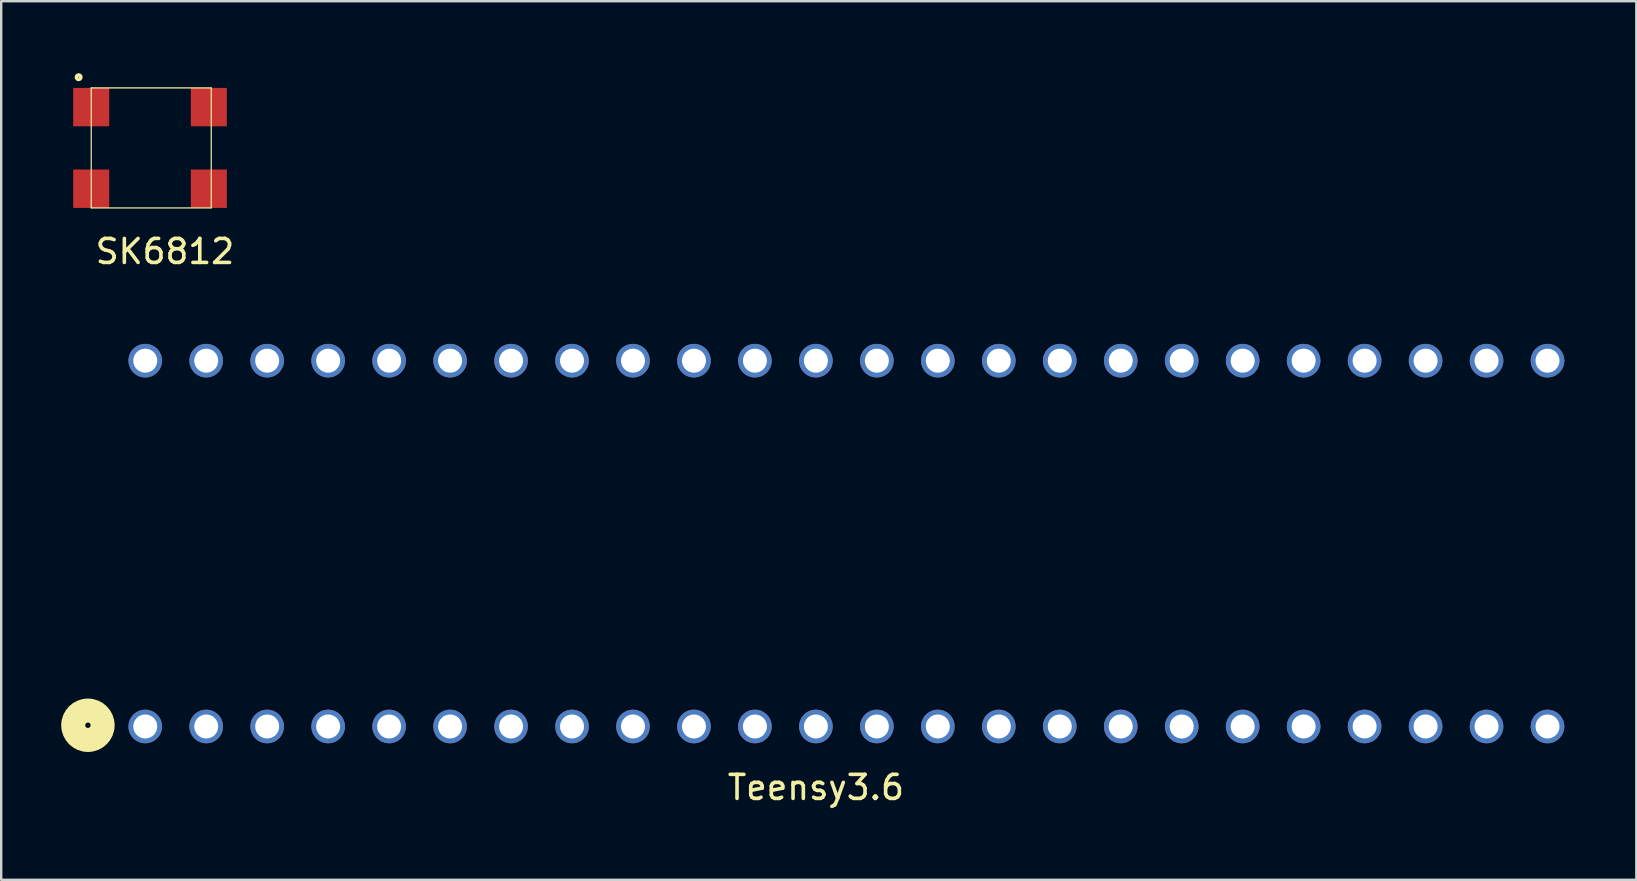
<source format=kicad_pcb>
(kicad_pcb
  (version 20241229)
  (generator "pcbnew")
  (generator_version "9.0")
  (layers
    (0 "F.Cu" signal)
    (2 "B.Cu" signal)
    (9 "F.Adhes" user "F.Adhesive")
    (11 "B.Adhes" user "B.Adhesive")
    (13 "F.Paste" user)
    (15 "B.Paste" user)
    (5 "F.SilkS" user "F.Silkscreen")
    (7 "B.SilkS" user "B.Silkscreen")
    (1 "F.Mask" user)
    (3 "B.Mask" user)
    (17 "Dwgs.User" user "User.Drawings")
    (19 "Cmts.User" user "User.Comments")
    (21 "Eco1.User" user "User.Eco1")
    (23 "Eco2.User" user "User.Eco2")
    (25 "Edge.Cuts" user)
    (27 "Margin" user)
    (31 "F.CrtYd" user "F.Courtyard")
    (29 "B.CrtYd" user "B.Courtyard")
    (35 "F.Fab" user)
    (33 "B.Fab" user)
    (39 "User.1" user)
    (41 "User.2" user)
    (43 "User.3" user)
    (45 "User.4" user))
  (footprint "Teensy3.6"
    (layer "F.Cu")
    (at 13.161 27.216)
    (property "Reference" "Teensy3.6" (at 17.78 2.54 0) (layer "F.SilkS") (effects (font (size 1 1) (thickness 0.15))))
    (attr through_hole)
    (fp_circle (center -12.548 -0.051) (end -12.598 -0.152) (stroke (width 1) (type solid)) (fill no) (layer "F.SilkS"))
    (pad "1" thru_hole circle (at -10.16 0) (size 1.4 1.4) (drill 1) (layers "*.Cu" "*.Mask"))
    (pad "2" thru_hole circle (at -7.62 0) (size 1.4 1.4) (drill 1) (layers "*.Cu" "*.Mask"))
    (pad "3" thru_hole circle (at -5.08 0) (size 1.4 1.4) (drill 1) (layers "*.Cu" "*.Mask"))
    (pad "4" thru_hole circle (at -2.54 0) (size 1.4 1.4) (drill 1) (layers "*.Cu" "*.Mask"))
    (pad "5" thru_hole circle (at 0 0) (size 1.4 1.4) (drill 1) (layers "*.Cu" "*.Mask"))
    (pad "6" thru_hole circle (at 2.54 0) (size 1.4 1.4) (drill 1) (layers "*.Cu" "*.Mask"))
    (pad "7" thru_hole circle (at 5.08 0) (size 1.4 1.4) (drill 1) (layers "*.Cu" "*.Mask"))
    (pad "8" thru_hole circle (at 7.62 0) (size 1.4 1.4) (drill 1) (layers "*.Cu" "*.Mask"))
    (pad "9" thru_hole circle (at 10.16 0) (size 1.4 1.4) (drill 1) (layers "*.Cu" "*.Mask"))
    (pad "10" thru_hole circle (at 12.7 0) (size 1.4 1.4) (drill 1) (layers "*.Cu" "*.Mask"))
    (pad "11" thru_hole circle (at 15.24 0) (size 1.4 1.4) (drill 1) (layers "*.Cu" "*.Mask"))
    (pad "12" thru_hole circle (at 17.78 0) (size 1.4 1.4) (drill 1) (layers "*.Cu" "*.Mask"))
    (pad "13" thru_hole circle (at 20.32 0) (size 1.4 1.4) (drill 1) (layers "*.Cu" "*.Mask"))
    (pad "14" thru_hole circle (at 22.86 0) (size 1.4 1.4) (drill 1) (layers "*.Cu" "*.Mask"))
    (pad "15" thru_hole circle (at 25.4 0) (size 1.4 1.4) (drill 1) (layers "*.Cu" "*.Mask"))
    (pad "16" thru_hole circle (at 27.94 0) (size 1.4 1.4) (drill 1) (layers "*.Cu" "*.Mask"))
    (pad "17" thru_hole circle (at 30.48 0) (size 1.4 1.4) (drill 1) (layers "*.Cu" "*.Mask"))
    (pad "18" thru_hole circle (at 33.02 0) (size 1.4 1.4) (drill 1) (layers "*.Cu" "*.Mask"))
    (pad "19" thru_hole circle (at 35.56 0) (size 1.4 1.4) (drill 1) (layers "*.Cu" "*.Mask"))
    (pad "20" thru_hole circle (at 38.1 0) (size 1.4 1.4) (drill 1) (layers "*.Cu" "*.Mask"))
    (pad "21" thru_hole circle (at 40.64 0) (size 1.4 1.4) (drill 1) (layers "*.Cu" "*.Mask"))
    (pad "22" thru_hole circle (at 43.18 0) (size 1.4 1.4) (drill 1) (layers "*.Cu" "*.Mask"))
    (pad "23" thru_hole circle (at 45.72 0) (size 1.4 1.4) (drill 1) (layers "*.Cu" "*.Mask"))
    (pad "24" thru_hole circle (at 48.26 0) (size 1.4 1.4) (drill 1) (layers "*.Cu" "*.Mask"))
    (pad "25" thru_hole circle (at 48.26 -15.24) (size 1.4 1.4) (drill 1) (layers "*.Cu" "*.Mask"))
    (pad "26" thru_hole circle (at 45.72 -15.24) (size 1.4 1.4) (drill 1) (layers "*.Cu" "*.Mask"))
    (pad "27" thru_hole circle (at 43.18 -15.24) (size 1.4 1.4) (drill 1) (layers "*.Cu" "*.Mask"))
    (pad "28" thru_hole circle (at 40.64 -15.24) (size 1.4 1.4) (drill 1) (layers "*.Cu" "*.Mask"))
    (pad "29" thru_hole circle (at 38.1 -15.24) (size 1.4 1.4) (drill 1) (layers "*.Cu" "*.Mask"))
    (pad "30" thru_hole circle (at 35.56 -15.24) (size 1.4 1.4) (drill 1) (layers "*.Cu" "*.Mask"))
    (pad "31" thru_hole circle (at 33.02 -15.24) (size 1.4 1.4) (drill 1) (layers "*.Cu" "*.Mask"))
    (pad "32" thru_hole circle (at 30.48 -15.24) (size 1.4 1.4) (drill 1) (layers "*.Cu" "*.Mask"))
    (pad "33" thru_hole circle (at 27.94 -15.24) (size 1.4 1.4) (drill 1) (layers "*.Cu" "*.Mask"))
    (pad "34" thru_hole circle (at 25.4 -15.24) (size 1.4 1.4) (drill 1) (layers "*.Cu" "*.Mask"))
    (pad "35" thru_hole circle (at 22.86 -15.24) (size 1.4 1.4) (drill 1) (layers "*.Cu" "*.Mask"))
    (pad "36" thru_hole circle (at 20.32 -15.24) (size 1.4 1.4) (drill 1) (layers "*.Cu" "*.Mask"))
    (pad "37" thru_hole circle (at 17.78 -15.24) (size 1.4 1.4) (drill 1) (layers "*.Cu" "*.Mask"))
    (pad "38" thru_hole circle (at 15.24 -15.24) (size 1.4 1.4) (drill 1) (layers "*.Cu" "*.Mask"))
    (pad "39" thru_hole circle (at 12.7 -15.24) (size 1.4 1.4) (drill 1) (layers "*.Cu" "*.Mask"))
    (pad "40" thru_hole circle (at 10.16 -15.24) (size 1.4 1.4) (drill 1) (layers "*.Cu" "*.Mask"))
    (pad "41" thru_hole circle (at 7.62 -15.24) (size 1.4 1.4) (drill 1) (layers "*.Cu" "*.Mask"))
    (pad "42" thru_hole circle (at 5.08 -15.24) (size 1.4 1.4) (drill 1) (layers "*.Cu" "*.Mask"))
    (pad "43" thru_hole circle (at 2.54 -15.24) (size 1.4 1.4) (drill 1) (layers "*.Cu" "*.Mask"))
    (pad "44" thru_hole circle (at 0 -15.24) (size 1.4 1.4) (drill 1) (layers "*.Cu" "*.Mask"))
    (pad "45" thru_hole circle (at -2.54 -15.24) (size 1.4 1.4) (drill 1) (layers "*.Cu" "*.Mask"))
    (pad "46" thru_hole circle (at -5.08 -15.24) (size 1.4 1.4) (drill 1) (layers "*.Cu" "*.Mask"))
    (pad "47" thru_hole circle (at -7.62 -15.24) (size 1.4 1.4) (drill 1) (layers "*.Cu" "*.Mask"))
    (pad "48" thru_hole circle (at -10.16 -15.24) (size 1.4 1.4) (drill 1) (layers "*.Cu" "*.Mask")))
  (footprint "SK6812"
    (layer "F.Cu")
    (at 5.65 4.812)
    (property "Reference" "SK6812" (at -1.829 2.616 0) (layer "F.SilkS") (effects (font (size 1 1) (thickness 0.15))))
    (attr through_hole)
    (fp_line (start -4.9 -4.2) (end -4.9 0.8) (stroke (width 0.05) (type solid)) (layer "F.SilkS"))
    (fp_line (start -4.9 0.8) (end 0.1 0.8) (stroke (width 0.05) (type solid)) (layer "F.SilkS"))
    (fp_line (start 0.1 -4.2) (end -4.9 -4.2) (stroke (width 0.05) (type solid)) (layer "F.SilkS"))
    (fp_line (start 0.1 0.8) (end 0.1 -4.2) (stroke (width 0.05) (type solid)) (layer "F.SilkS"))
    (fp_circle (center -5.423 -4.645) (end -5.372 -4.721) (stroke (width 0.15) (type solid)) (fill no) (layer "F.SilkS"))
    (pad "1" smd rect (at -4.9 -3.4) (size 1.5 1.6) (layers "F.Cu" "F.Mask" "F.Paste"))
    (pad "2" smd rect (at -4.9 0) (size 1.5 1.6) (layers "F.Cu" "F.Mask" "F.Paste"))
    (pad "3" smd rect (at 0 0) (size 1.5 1.6) (layers "F.Cu" "F.Mask" "F.Paste"))
    (pad "4" smd rect (at 0 -3.4) (size 1.5 1.6) (layers "F.Cu" "F.Mask" "F.Paste")))
  (gr_rect
    (start -3 -3)
    (end 65.121 33.604)
    (stroke (width 0.1) (type default))
    (fill no)
    (layer "Edge.Cuts")))
</source>
